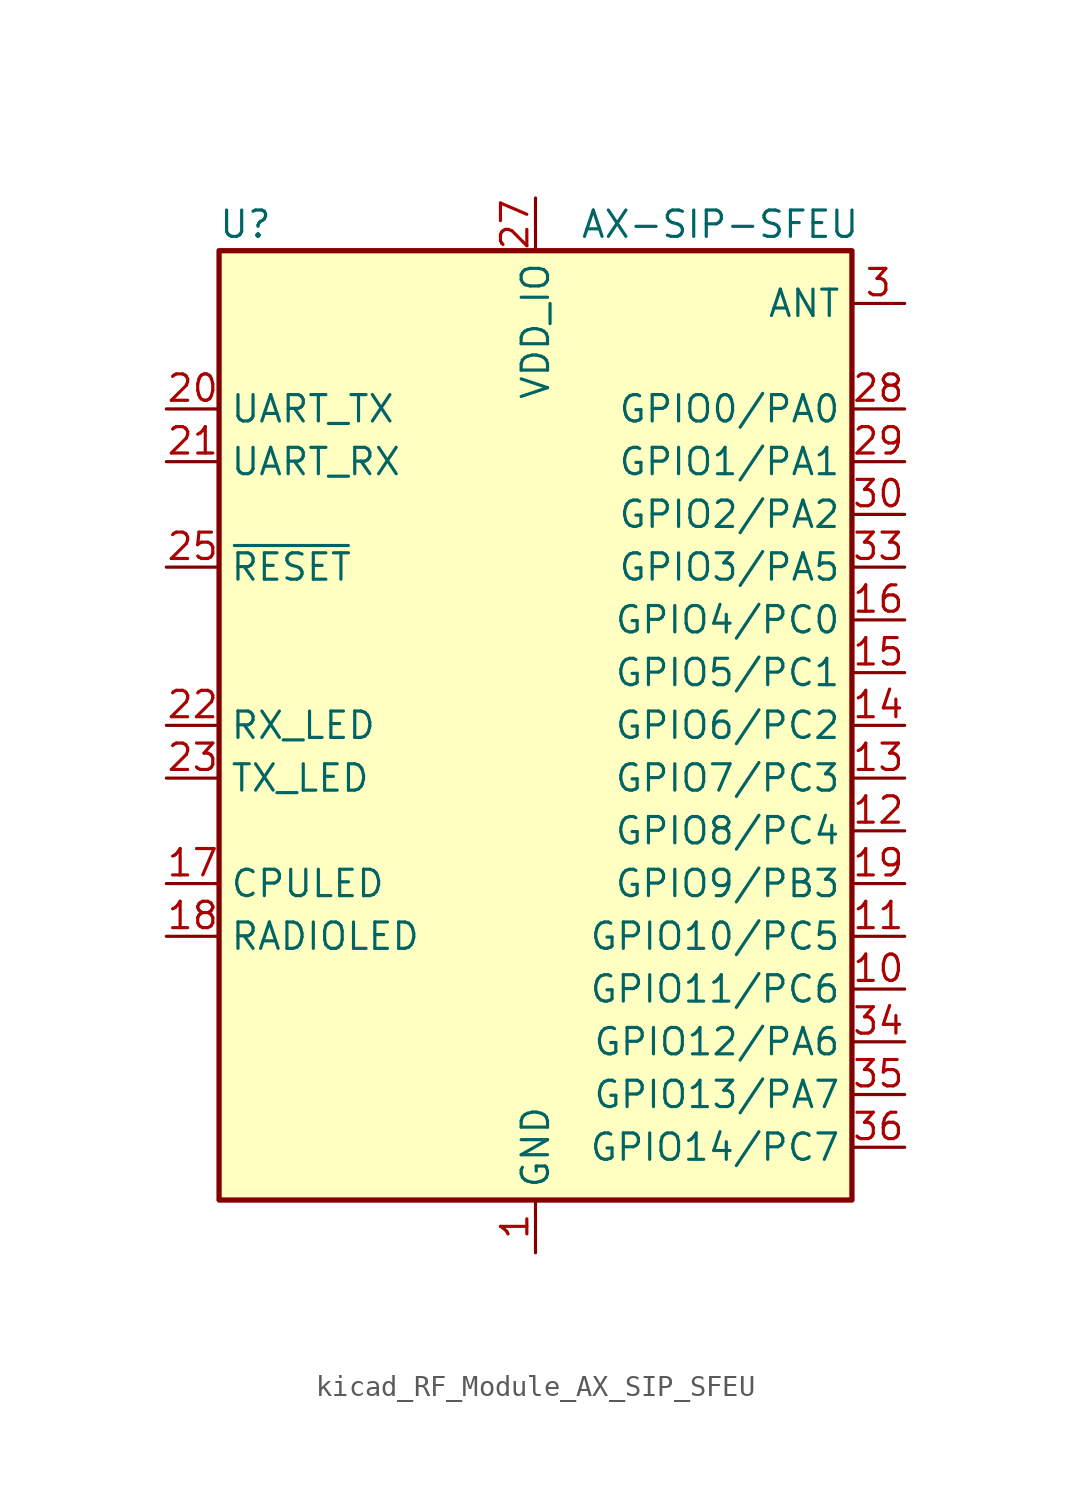
<source format=kicad_sym>
(kicad_symbol_lib
  (version 20220914)
  (generator kicad_symbol_editor)
  (symbol "kicad_RF_Module_AX_SIP_SFEU"
    (property "Reference" "U"
      (at -13.97 24.13 0)
      (effects (font (size 1.27 1.27))))
    (property "Value" "AX-SIP-SFEU"
      (at 8.89 24.13 0)
      (effects (font (size 1.27 1.27))))
    (symbol "kicad_RF_Module_AX_SIP_SFEU_0_1"
      (rectangle (start -15.24 22.86) (end 15.24 -22.86) (stroke (width 0.254) (type default)) (fill (type background))))
    (symbol "kicad_RF_Module_AX_SIP_SFEU_1_1"
      (pin power_in line (at 0 -25.4 90) (length 2.54) (name "GND" (effects (font (size 1.27 1.27)))) (number "1" (effects (font (size 1.27 1.27)))))
      (pin bidirectional line (at 17.78 -12.7 180) (length 2.54) (name "GPIO11/PC6" (effects (font (size 1.27 1.27)))) (number "10" (effects (font (size 1.27 1.27)))))
      (pin bidirectional line (at 17.78 -10.16 180) (length 2.54) (name "GPIO10/PC5" (effects (font (size 1.27 1.27)))) (number "11" (effects (font (size 1.27 1.27)))))
      (pin bidirectional line (at 17.78 -5.08 180) (length 2.54) (name "GPIO8/PC4" (effects (font (size 1.27 1.27)))) (number "12" (effects (font (size 1.27 1.27)))))
      (pin bidirectional line (at 17.78 -2.54 180) (length 2.54) (name "GPIO7/PC3" (effects (font (size 1.27 1.27)))) (number "13" (effects (font (size 1.27 1.27)))))
      (pin bidirectional line (at 17.78 0 180) (length 2.54) (name "GPIO6/PC2" (effects (font (size 1.27 1.27)))) (number "14" (effects (font (size 1.27 1.27)))))
      (pin bidirectional line (at 17.78 2.54 180) (length 2.54) (name "GPIO5/PC1" (effects (font (size 1.27 1.27)))) (number "15" (effects (font (size 1.27 1.27)))))
      (pin bidirectional line (at 17.78 5.08 180) (length 2.54) (name "GPIO4/PC0" (effects (font (size 1.27 1.27)))) (number "16" (effects (font (size 1.27 1.27)))))
      (pin output line (at -17.78 -7.62 0) (length 2.54) (name "CPULED" (effects (font (size 1.27 1.27)))) (number "17" (effects (font (size 1.27 1.27)))))
      (pin output line (at -17.78 -10.16 0) (length 2.54) (name "RADIOLED" (effects (font (size 1.27 1.27)))) (number "18" (effects (font (size 1.27 1.27)))))
      (pin bidirectional line (at 17.78 -7.62 180) (length 2.54) (name "GPIO9/PB3" (effects (font (size 1.27 1.27)))) (number "19" (effects (font (size 1.27 1.27)))))
      (pin passive line (at 0 -25.4 90) (length 2.54) hide (name "GND" (effects (font (size 1.27 1.27)))) (number "2" (effects (font (size 1.27 1.27)))))
      (pin output line (at -17.78 15.24 0) (length 2.54) (name "UART_TX" (effects (font (size 1.27 1.27)))) (number "20" (effects (font (size 1.27 1.27)))))
      (pin input line (at -17.78 12.7 0) (length 2.54) (name "UART_RX" (effects (font (size 1.27 1.27)))) (number "21" (effects (font (size 1.27 1.27)))))
      (pin output line (at -17.78 0 0) (length 2.54) (name "RX_LED" (effects (font (size 1.27 1.27)))) (number "22" (effects (font (size 1.27 1.27)))))
      (pin output line (at -17.78 -2.54 0) (length 2.54) (name "TX_LED" (effects (font (size 1.27 1.27)))) (number "23" (effects (font (size 1.27 1.27)))))
      (pin no_connect line (at -15.24 2.54 0) (length 2.54) hide (name "NC24" (effects (font (size 1.27 1.27)))) (number "24" (effects (font (size 1.27 1.27)))))
      (pin input line (at -17.78 7.62 0) (length 2.54) (name "~{RESET}" (effects (font (size 1.27 1.27)))) (number "25" (effects (font (size 1.27 1.27)))))
      (pin passive line (at 0 -25.4 90) (length 2.54) hide (name "GND" (effects (font (size 1.27 1.27)))) (number "26" (effects (font (size 1.27 1.27)))))
      (pin power_in line (at 0 25.4 270) (length 2.54) (name "VDD_IO" (effects (font (size 1.27 1.27)))) (number "27" (effects (font (size 1.27 1.27)))))
      (pin bidirectional line (at 17.78 15.24 180) (length 2.54) (name "GPIO0/PA0" (effects (font (size 1.27 1.27)))) (number "28" (effects (font (size 1.27 1.27)))))
      (pin bidirectional line (at 17.78 12.7 180) (length 2.54) (name "GPIO1/PA1" (effects (font (size 1.27 1.27)))) (number "29" (effects (font (size 1.27 1.27)))))
      (pin passive line (at 17.78 20.32 180) (length 2.54) (name "ANT" (effects (font (size 1.27 1.27)))) (number "3" (effects (font (size 1.27 1.27)))))
      (pin bidirectional line (at 17.78 10.16 180) (length 2.54) (name "GPIO2/PA2" (effects (font (size 1.27 1.27)))) (number "30" (effects (font (size 1.27 1.27)))))
      (pin no_connect line (at 2.54 22.86 270) (length 2.54) hide (name "NC" (effects (font (size 1.27 1.27)))) (number "31" (effects (font (size 1.27 1.27)))))
      (pin no_connect line (at 5.08 22.86 270) (length 2.54) hide (name "NC" (effects (font (size 1.27 1.27)))) (number "32" (effects (font (size 1.27 1.27)))))
      (pin bidirectional line (at 17.78 7.62 180) (length 2.54) (name "GPIO3/PA5" (effects (font (size 1.27 1.27)))) (number "33" (effects (font (size 1.27 1.27)))))
      (pin bidirectional line (at 17.78 -15.24 180) (length 2.54) (name "GPIO12/PA6" (effects (font (size 1.27 1.27)))) (number "34" (effects (font (size 1.27 1.27)))))
      (pin bidirectional line (at 17.78 -17.78 180) (length 2.54) (name "GPIO13/PA7" (effects (font (size 1.27 1.27)))) (number "35" (effects (font (size 1.27 1.27)))))
      (pin bidirectional line (at 17.78 -20.32 180) (length 2.54) (name "GPIO14/PC7" (effects (font (size 1.27 1.27)))) (number "36" (effects (font (size 1.27 1.27)))))
      (pin no_connect line (at 7.62 22.86 270) (length 2.54) hide (name "NC" (effects (font (size 1.27 1.27)))) (number "37" (effects (font (size 1.27 1.27)))))
      (pin no_connect line (at 10.16 22.86 270) (length 2.54) hide (name "NC" (effects (font (size 1.27 1.27)))) (number "38" (effects (font (size 1.27 1.27)))))
      (pin passive line (at 0 -25.4 90) (length 2.54) hide (name "GND" (effects (font (size 1.27 1.27)))) (number "39" (effects (font (size 1.27 1.27)))))
      (pin passive line (at 0 -25.4 90) (length 2.54) hide (name "GND" (effects (font (size 1.27 1.27)))) (number "4" (effects (font (size 1.27 1.27)))))
      (pin passive line (at 0 -25.4 90) (length 2.54) hide (name "GND" (effects (font (size 1.27 1.27)))) (number "40" (effects (font (size 1.27 1.27)))))
      (pin passive line (at 0 -25.4 90) (length 2.54) hide (name "GND" (effects (font (size 1.27 1.27)))) (number "41" (effects (font (size 1.27 1.27)))))
      (pin passive line (at 0 -25.4 90) (length 2.54) hide (name "GND" (effects (font (size 1.27 1.27)))) (number "42" (effects (font (size 1.27 1.27)))))
      (pin passive line (at 0 -25.4 90) (length 2.54) hide (name "GND" (effects (font (size 1.27 1.27)))) (number "43" (effects (font (size 1.27 1.27)))))
      (pin passive line (at 0 -25.4 90) (length 2.54) hide (name "GND" (effects (font (size 1.27 1.27)))) (number "44" (effects (font (size 1.27 1.27)))))
      (pin no_connect line (at -10.16 22.86 270) (length 2.54) hide (name "NC" (effects (font (size 1.27 1.27)))) (number "5" (effects (font (size 1.27 1.27)))))
      (pin passive line (at 0 -25.4 90) (length 2.54) hide (name "GND" (effects (font (size 1.27 1.27)))) (number "6" (effects (font (size 1.27 1.27)))))
      (pin no_connect line (at -7.62 22.86 270) (length 2.54) hide (name "NC" (effects (font (size 1.27 1.27)))) (number "7" (effects (font (size 1.27 1.27)))))
      (pin no_connect line (at -5.08 22.86 270) (length 2.54) hide (name "NC" (effects (font (size 1.27 1.27)))) (number "8" (effects (font (size 1.27 1.27)))))
      (pin no_connect line (at -2.54 22.86 270) (length 2.54) hide (name "NC" (effects (font (size 1.27 1.27)))) (number "9" (effects (font (size 1.27 1.27))))))))
</source>
